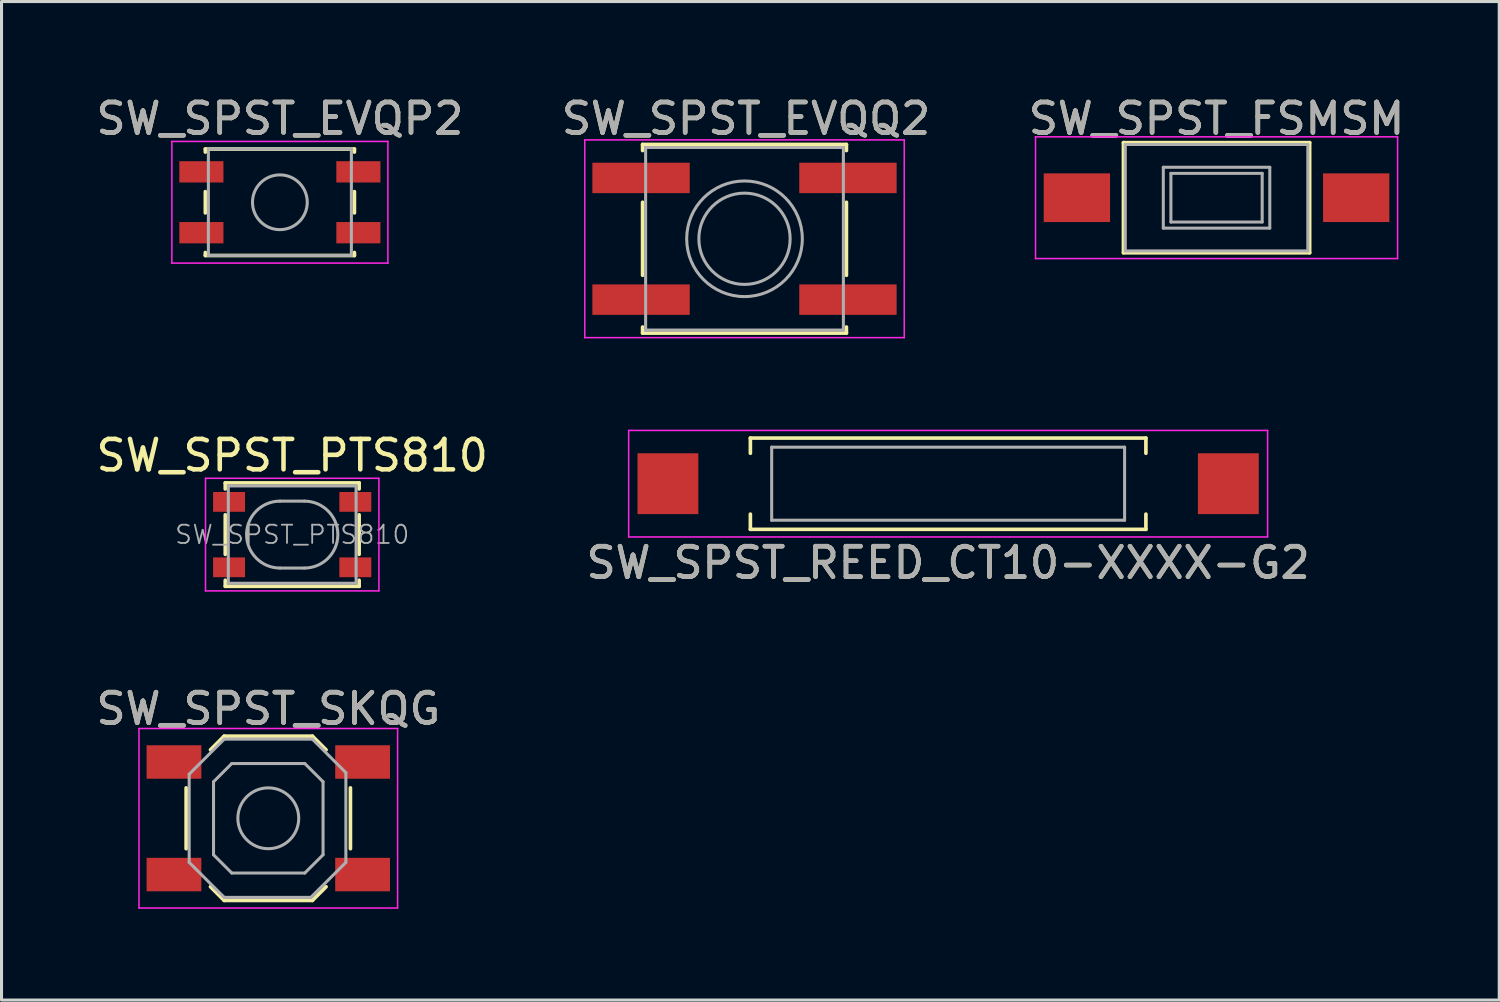
<source format=kicad_pcb>
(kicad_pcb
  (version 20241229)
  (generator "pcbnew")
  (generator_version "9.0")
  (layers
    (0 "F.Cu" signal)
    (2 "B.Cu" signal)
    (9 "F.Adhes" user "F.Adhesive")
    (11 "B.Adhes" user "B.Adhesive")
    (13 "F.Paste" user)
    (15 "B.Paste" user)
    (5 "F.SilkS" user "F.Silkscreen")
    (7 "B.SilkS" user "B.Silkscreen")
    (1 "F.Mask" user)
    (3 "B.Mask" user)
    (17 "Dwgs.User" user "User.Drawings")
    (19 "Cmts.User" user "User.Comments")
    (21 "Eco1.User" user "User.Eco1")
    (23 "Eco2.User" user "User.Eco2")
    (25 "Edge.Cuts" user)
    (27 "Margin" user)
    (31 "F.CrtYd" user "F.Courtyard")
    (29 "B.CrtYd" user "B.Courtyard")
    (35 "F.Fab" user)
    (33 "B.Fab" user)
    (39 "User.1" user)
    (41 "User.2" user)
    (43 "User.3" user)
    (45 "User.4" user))
  (footprint "SW_SPST_EVQQ2"
    (layer "F.Cu")
    (at 21.42 4.798)
    (property "Reference" "SW_SPST_EVQQ2" (at 0.05 -3.95 0) (layer "F.SilkS") (effects (font (size 1 1) (thickness 0.15))))
    (attr smd)
    (fp_line (start -3.35 -3.1) (end -3.35 -2.9) (stroke (width 0.12) (type solid)) (layer "F.SilkS"))
    (fp_line (start -3.35 -1.2) (end -3.35 1.2) (stroke (width 0.12) (type solid)) (layer "F.SilkS"))
    (fp_line (start -3.35 3.1) (end -3.35 2.9) (stroke (width 0.12) (type solid)) (layer "F.SilkS"))
    (fp_line (start -3.35 3.1) (end 3.35 3.1) (stroke (width 0.12) (type solid)) (layer "F.SilkS"))
    (fp_line (start 3.35 -3.1) (end -3.35 -3.1) (stroke (width 0.12) (type solid)) (layer "F.SilkS"))
    (fp_line (start 3.35 -3.1) (end 3.35 -2.9) (stroke (width 0.12) (type solid)) (layer "F.SilkS"))
    (fp_line (start 3.35 -1.2) (end 3.35 1.2) (stroke (width 0.12) (type solid)) (layer "F.SilkS"))
    (fp_line (start 3.35 3.1) (end 3.35 2.9) (stroke (width 0.12) (type solid)) (layer "F.SilkS"))
    (fp_line (start -5.25 -3.25) (end 5.25 -3.25) (stroke (width 0.05) (type solid)) (layer "F.CrtYd"))
    (fp_line (start -5.25 3.25) (end -5.25 -3.25) (stroke (width 0.05) (type solid)) (layer "F.CrtYd"))
    (fp_line (start 5.25 -3.25) (end 5.25 3.25) (stroke (width 0.05) (type solid)) (layer "F.CrtYd"))
    (fp_line (start 5.25 3.25) (end -5.25 3.25) (stroke (width 0.05) (type solid)) (layer "F.CrtYd"))
    (fp_line (start -3.25 -3) (end 3.25 -3) (stroke (width 0.1) (type solid)) (layer "F.Fab"))
    (fp_line (start -3.25 3) (end -3.25 -3) (stroke (width 0.1) (type solid)) (layer "F.Fab"))
    (fp_line (start 3.25 -3) (end 3.25 3) (stroke (width 0.1) (type solid)) (layer "F.Fab"))
    (fp_line (start 3.25 3) (end -3.25 3) (stroke (width 0.1) (type solid)) (layer "F.Fab"))
    (fp_circle (center 0 0) (end 1.5 0) (stroke (width 0.1) (type solid)) (fill no) (layer "F.Fab"))
    (fp_circle (center 0 0) (end 1.9 0) (stroke (width 0.1) (type solid)) (fill no) (layer "F.Fab"))
    (fp_text user "${REFERENCE}" (at 0.05 -3.95 0) (layer "F.Fab") (effects (font (size 1 1) (thickness 0.15))))
    (pad "1" smd rect (at -3.4 -2) (size 3.2 1) (layers "F.Cu" "F.Mask" "F.Paste"))
    (pad "1" smd rect (at 3.4 -2) (size 3.2 1) (layers "F.Cu" "F.Mask" "F.Paste"))
    (pad "2" smd rect (at -3.4 2) (size 3.2 1) (layers "F.Cu" "F.Mask" "F.Paste"))
    (pad "2" smd rect (at 3.4 2) (size 3.2 1) (layers "F.Cu" "F.Mask" "F.Paste")))
  (footprint "SW_SPST_PTS810"
    (layer "F.Cu")
    (at 6.554 14.521)
    (property "Reference" "SW_SPST_PTS810" (at 0 -2.6 0) (layer "F.SilkS") (effects (font (size 1 1) (thickness 0.15))))
    (attr smd)
    (fp_line (start -2.2 -1.7) (end -2.2 -1.5) (stroke (width 0.12) (type solid)) (layer "F.SilkS"))
    (fp_line (start -2.2 -0.65) (end -2.2 0.65) (stroke (width 0.12) (type solid)) (layer "F.SilkS"))
    (fp_line (start -2.2 1.5) (end -2.2 1.7) (stroke (width 0.12) (type solid)) (layer "F.SilkS"))
    (fp_line (start -2.2 1.7) (end 2.2 1.7) (stroke (width 0.12) (type solid)) (layer "F.SilkS"))
    (fp_line (start 2.2 -1.7) (end -2.2 -1.7) (stroke (width 0.12) (type solid)) (layer "F.SilkS"))
    (fp_line (start 2.2 -1.5) (end 2.2 -1.7) (stroke (width 0.12) (type solid)) (layer "F.SilkS"))
    (fp_line (start 2.2 0.65) (end 2.2 -0.65) (stroke (width 0.12) (type solid)) (layer "F.SilkS"))
    (fp_line (start 2.2 1.7) (end 2.2 1.5) (stroke (width 0.12) (type solid)) (layer "F.SilkS"))
    (fp_line (start -2.85 -1.85) (end 2.85 -1.85) (stroke (width 0.05) (type solid)) (layer "F.CrtYd"))
    (fp_line (start -2.85 1.85) (end -2.85 -1.85) (stroke (width 0.05) (type solid)) (layer "F.CrtYd"))
    (fp_line (start 2.85 -1.85) (end 2.85 1.85) (stroke (width 0.05) (type solid)) (layer "F.CrtYd"))
    (fp_line (start 2.85 1.85) (end -2.85 1.85) (stroke (width 0.05) (type solid)) (layer "F.CrtYd"))
    (fp_line (start -2.1 -1.6) (end -2.1 1.6) (stroke (width 0.1) (type solid)) (layer "F.Fab"))
    (fp_line (start -2.1 1.6) (end 2.1 1.6) (stroke (width 0.1) (type solid)) (layer "F.Fab"))
    (fp_line (start -0.4 -1.1) (end 0.4 -1.1) (stroke (width 0.1) (type solid)) (layer "F.Fab"))
    (fp_line (start 0.4 1.1) (end -0.4 1.1) (stroke (width 0.1) (type solid)) (layer "F.Fab"))
    (fp_line (start 2.1 -1.6) (end -2.1 -1.6) (stroke (width 0.1) (type solid)) (layer "F.Fab"))
    (fp_line (start 2.1 1.6) (end 2.1 -1.6) (stroke (width 0.1) (type solid)) (layer "F.Fab"))
    (fp_arc (start -0.4 1.1) (mid -1.5 0) (end -0.4 -1.1) (stroke (width 0.1) (type solid)) (layer "F.Fab"))
    (fp_arc (start 0.4 -1.1) (mid 1.5 0) (end 0.4 1.1) (stroke (width 0.1) (type solid)) (layer "F.Fab"))
    (fp_text user "${REFERENCE}" (at 0 0 0) (layer "F.Fab") (effects (font (size 0.6 0.6) (thickness 0.06))))
    (pad "1" smd rect (at -2.075 -1.075) (size 1.05 0.65) (layers "F.Cu" "F.Mask" "F.Paste"))
    (pad "1" smd rect (at 2.075 -1.075) (size 1.05 0.65) (layers "F.Cu" "F.Mask" "F.Paste"))
    (pad "2" smd rect (at -2.075 1.075) (size 1.05 0.65) (layers "F.Cu" "F.Mask" "F.Paste"))
    (pad "2" smd rect (at 2.075 1.075) (size 1.05 0.65) (layers "F.Cu" "F.Mask" "F.Paste")))
  (footprint "SW_SPST_SKQG"
    (layer "F.Cu")
    (at 5.768 23.845)
    (property "Reference" "SW_SPST_SKQG" (at 0 -3.6 0) (layer "F.SilkS") (effects (font (size 1 1) (thickness 0.15))))
    (attr smd)
    (fp_line (start -2.7 1) (end -2.7 -1) (stroke (width 0.12) (type solid)) (layer "F.SilkS"))
    (fp_line (start -1.9 -2.25) (end -1.45 -2.7) (stroke (width 0.12) (type solid)) (layer "F.SilkS"))
    (fp_line (start -1.45 -2.7) (end 1.45 -2.7) (stroke (width 0.12) (type solid)) (layer "F.SilkS"))
    (fp_line (start -1.45 2.7) (end -1.9 2.25) (stroke (width 0.12) (type solid)) (layer "F.SilkS"))
    (fp_line (start 1.45 -2.7) (end 1.9 -2.25) (stroke (width 0.12) (type solid)) (layer "F.SilkS"))
    (fp_line (start 1.45 2.7) (end -1.45 2.7) (stroke (width 0.12) (type solid)) (layer "F.SilkS"))
    (fp_line (start 1.9 2.25) (end 1.45 2.7) (stroke (width 0.12) (type solid)) (layer "F.SilkS"))
    (fp_line (start 2.7 -1) (end 2.7 1) (stroke (width 0.12) (type solid)) (layer "F.SilkS"))
    (fp_line (start -4.25 -2.95) (end -4.25 2.95) (stroke (width 0.05) (type solid)) (layer "F.CrtYd"))
    (fp_line (start -4.25 2.95) (end 4.25 2.95) (stroke (width 0.05) (type solid)) (layer "F.CrtYd"))
    (fp_line (start 4.25 -2.95) (end -4.25 -2.95) (stroke (width 0.05) (type solid)) (layer "F.CrtYd"))
    (fp_line (start 4.25 2.95) (end 4.25 -2.95) (stroke (width 0.05) (type solid)) (layer "F.CrtYd"))
    (fp_line (start -2.6 -1.45) (end -1.45 -2.6) (stroke (width 0.1) (type solid)) (layer "F.Fab"))
    (fp_line (start -2.6 1.45) (end -2.6 -1.45) (stroke (width 0.1) (type solid)) (layer "F.Fab"))
    (fp_line (start -1.8 -1.2) (end -1.2 -1.8) (stroke (width 0.1) (type solid)) (layer "F.Fab"))
    (fp_line (start -1.8 1.2) (end -1.8 -1.2) (stroke (width 0.1) (type solid)) (layer "F.Fab"))
    (fp_line (start -1.45 -2.6) (end 1.45 -2.6) (stroke (width 0.1) (type solid)) (layer "F.Fab"))
    (fp_line (start -1.45 2.6) (end -2.6 1.45) (stroke (width 0.1) (type solid)) (layer "F.Fab"))
    (fp_line (start -1.2 -1.8) (end 1.2 -1.8) (stroke (width 0.1) (type solid)) (layer "F.Fab"))
    (fp_line (start -1.2 1.8) (end -1.8 1.2) (stroke (width 0.1) (type solid)) (layer "F.Fab"))
    (fp_line (start 1.2 -1.8) (end 1.8 -1.2) (stroke (width 0.1) (type solid)) (layer "F.Fab"))
    (fp_line (start 1.2 1.8) (end -1.2 1.8) (stroke (width 0.1) (type solid)) (layer "F.Fab"))
    (fp_line (start 1.4 2.6) (end -1.45 2.6) (stroke (width 0.1) (type solid)) (layer "F.Fab"))
    (fp_line (start 1.45 -2.6) (end 2.55 -1.5) (stroke (width 0.1) (type solid)) (layer "F.Fab"))
    (fp_line (start 1.8 -1.2) (end 1.8 1.2) (stroke (width 0.1) (type solid)) (layer "F.Fab"))
    (fp_line (start 1.8 1.2) (end 1.2 1.8) (stroke (width 0.1) (type solid)) (layer "F.Fab"))
    (fp_line (start 2.55 -1.5) (end 2.55 1.45) (stroke (width 0.1) (type solid)) (layer "F.Fab"))
    (fp_line (start 2.55 1.45) (end 1.4 2.6) (stroke (width 0.1) (type solid)) (layer "F.Fab"))
    (fp_circle (center 0 0) (end 1 0) (stroke (width 0.1) (type solid)) (fill no) (layer "F.Fab"))
    (fp_text user "${REFERENCE}" (at 0 -3.6 0) (layer "F.Fab") (effects (font (size 1 1) (thickness 0.15))))
    (pad "1" smd rect (at -3.1 -1.85) (size 1.8 1.1) (layers "F.Cu" "F.Mask" "F.Paste"))
    (pad "1" smd rect (at 3.1 -1.85) (size 1.8 1.1) (layers "F.Cu" "F.Mask" "F.Paste"))
    (pad "2" smd rect (at -3.1 1.85) (size 1.8 1.1) (layers "F.Cu" "F.Mask" "F.Paste"))
    (pad "2" smd rect (at 3.1 1.85) (size 1.8 1.1) (layers "F.Cu" "F.Mask" "F.Paste")))
  (footprint "SW_SPST_FSMSM"
    (layer "F.Cu")
    (at 36.935 3.448)
    (property "Reference" "SW_SPST_FSMSM" (at 0 -2.6 0) (layer "F.SilkS") (effects (font (size 1 1) (thickness 0.15))))
    (attr smd)
    (fp_line (start -3.06 -1.81) (end 3.06 -1.81) (stroke (width 0.12) (type solid)) (layer "F.SilkS"))
    (fp_line (start -3.06 1.81) (end -3.06 -1.81) (stroke (width 0.12) (type solid)) (layer "F.SilkS"))
    (fp_line (start 3.06 -1.81) (end 3.06 1.81) (stroke (width 0.12) (type solid)) (layer "F.SilkS"))
    (fp_line (start 3.06 1.81) (end -3.06 1.81) (stroke (width 0.12) (type solid)) (layer "F.SilkS"))
    (fp_line (start -5.95 -2) (end -5.95 2) (stroke (width 0.05) (type solid)) (layer "F.CrtYd"))
    (fp_line (start -5.95 -2) (end 5.95 -2) (stroke (width 0.05) (type solid)) (layer "F.CrtYd"))
    (fp_line (start -5.95 2) (end 5.95 2) (stroke (width 0.05) (type solid)) (layer "F.CrtYd"))
    (fp_line (start 5.95 -2) (end 5.95 2) (stroke (width 0.05) (type solid)) (layer "F.CrtYd"))
    (fp_line (start -3 -1.75) (end -3 1.75) (stroke (width 0.1) (type solid)) (layer "F.Fab"))
    (fp_line (start -3 -1.75) (end 3 -1.75) (stroke (width 0.1) (type solid)) (layer "F.Fab"))
    (fp_line (start -3 1.75) (end 3 1.75) (stroke (width 0.1) (type solid)) (layer "F.Fab"))
    (fp_line (start -1.75 -1) (end 1.75 -1) (stroke (width 0.1) (type solid)) (layer "F.Fab"))
    (fp_line (start -1.75 1) (end -1.75 -1) (stroke (width 0.1) (type solid)) (layer "F.Fab"))
    (fp_line (start -1.5 -0.8) (end -1.5 0.8) (stroke (width 0.1) (type solid)) (layer "F.Fab"))
    (fp_line (start -1.5 -0.8) (end 1.5 -0.8) (stroke (width 0.1) (type solid)) (layer "F.Fab"))
    (fp_line (start -1.5 0.8) (end 1.5 0.8) (stroke (width 0.1) (type solid)) (layer "F.Fab"))
    (fp_line (start 1.5 -0.8) (end 1.5 0.8) (stroke (width 0.1) (type solid)) (layer "F.Fab"))
    (fp_line (start 1.75 -1) (end 1.75 1) (stroke (width 0.1) (type solid)) (layer "F.Fab"))
    (fp_line (start 1.75 1) (end -1.75 1) (stroke (width 0.1) (type solid)) (layer "F.Fab"))
    (fp_line (start 3 -1.75) (end 3 1.75) (stroke (width 0.1) (type solid)) (layer "F.Fab"))
    (fp_text user "${REFERENCE}" (at 0 -2.6 0) (layer "F.Fab") (effects (font (size 1 1) (thickness 0.15))))
    (pad "1" smd rect (at -4.59 0) (size 2.18 1.6) (layers "F.Cu" "F.Mask" "F.Paste"))
    (pad "2" smd rect (at 4.59 0) (size 2.18 1.6) (layers "F.Cu" "F.Mask" "F.Paste")))
  (footprint "SW_SPST_REED_CT10-XXXX-G2"
    (layer "F.Cu")
    (at 28.113 12.848)
    (property "Reference" "SW_SPST_REED_CT10-XXXX-G2" (at 0 2.6 0) (layer "F.SilkS") (effects (font (size 1 1) (thickness 0.15))))
    (attr smd)
    (fp_line (start -6.5 -1.5) (end -6.5 -1) (stroke (width 0.12) (type solid)) (layer "F.SilkS"))
    (fp_line (start -6.5 1) (end -6.5 1.5) (stroke (width 0.12) (type solid)) (layer "F.SilkS"))
    (fp_line (start -6.5 1.5) (end 6.5 1.5) (stroke (width 0.12) (type solid)) (layer "F.SilkS"))
    (fp_line (start 6.5 -1.5) (end -6.5 -1.5) (stroke (width 0.12) (type solid)) (layer "F.SilkS"))
    (fp_line (start 6.5 -1) (end 6.5 -1.5) (stroke (width 0.12) (type solid)) (layer "F.SilkS"))
    (fp_line (start 6.5 1.5) (end 6.5 1) (stroke (width 0.12) (type solid)) (layer "F.SilkS"))
    (fp_line (start -10.5 -1.75) (end -10.5 1.75) (stroke (width 0.05) (type solid)) (layer "F.CrtYd"))
    (fp_line (start -10.5 1.75) (end 10.5 1.75) (stroke (width 0.05) (type solid)) (layer "F.CrtYd"))
    (fp_line (start 10.5 -1.75) (end -10.5 -1.75) (stroke (width 0.05) (type solid)) (layer "F.CrtYd"))
    (fp_line (start 10.5 1.75) (end 10.5 -1.75) (stroke (width 0.05) (type solid)) (layer "F.CrtYd"))
    (fp_line (start -5.8 -1.2) (end -5.8 1.2) (stroke (width 0.1) (type solid)) (layer "F.Fab"))
    (fp_line (start -5.8 1.2) (end 5.8 1.2) (stroke (width 0.1) (type solid)) (layer "F.Fab"))
    (fp_line (start 5.8 -1.2) (end -5.8 -1.2) (stroke (width 0.1) (type solid)) (layer "F.Fab"))
    (fp_line (start 5.8 1.2) (end 5.8 -1.2) (stroke (width 0.1) (type solid)) (layer "F.Fab"))
    (fp_text user "${REFERENCE}" (at 0 2.6 0) (layer "F.Fab") (effects (font (size 1 1) (thickness 0.15))))
    (pad "1" smd rect (at -9.21 0) (size 2 2) (layers "F.Cu" "F.Mask" "F.Paste"))
    (pad "2" smd rect (at 9.21 0) (size 2 2) (layers "F.Cu" "F.Mask" "F.Paste")))
  (footprint "SW_SPST_EVQP2"
    (layer "F.Cu")
    (at 6.149 3.598)
    (property "Reference" "SW_SPST_EVQP2" (at 0 -2.75 0) (layer "F.SilkS") (effects (font (size 1 1) (thickness 0.15))))
    (attr smd)
    (fp_line (start -2.45 -1.75) (end -2.45 -1.65) (stroke (width 0.12) (type solid)) (layer "F.SilkS"))
    (fp_line (start -2.45 -0.35) (end -2.45 0.35) (stroke (width 0.12) (type solid)) (layer "F.SilkS"))
    (fp_line (start -2.45 1.65) (end -2.45 1.75) (stroke (width 0.12) (type solid)) (layer "F.SilkS"))
    (fp_line (start -2.45 1.75) (end 2.45 1.75) (stroke (width 0.12) (type solid)) (layer "F.SilkS"))
    (fp_line (start 2.45 -1.75) (end -2.45 -1.75) (stroke (width 0.12) (type solid)) (layer "F.SilkS"))
    (fp_line (start 2.45 -1.75) (end 2.45 -1.65) (stroke (width 0.12) (type solid)) (layer "F.SilkS"))
    (fp_line (start 2.45 -0.35) (end 2.45 0.35) (stroke (width 0.12) (type solid)) (layer "F.SilkS"))
    (fp_line (start 2.45 1.75) (end 2.45 1.65) (stroke (width 0.12) (type solid)) (layer "F.SilkS"))
    (fp_line (start -3.55 -2) (end 3.55 -2) (stroke (width 0.05) (type solid)) (layer "F.CrtYd"))
    (fp_line (start -3.55 2) (end -3.55 -2) (stroke (width 0.05) (type solid)) (layer "F.CrtYd"))
    (fp_line (start 3.55 -2) (end 3.55 2) (stroke (width 0.05) (type solid)) (layer "F.CrtYd"))
    (fp_line (start 3.55 2) (end -3.55 2) (stroke (width 0.05) (type solid)) (layer "F.CrtYd"))
    (fp_line (start -2.35 -1.75) (end 2.35 -1.75) (stroke (width 0.1) (type solid)) (layer "F.Fab"))
    (fp_line (start -2.35 1.75) (end -2.35 -1.75) (stroke (width 0.1) (type solid)) (layer "F.Fab"))
    (fp_line (start 2.35 -1.75) (end 2.35 1.75) (stroke (width 0.1) (type solid)) (layer "F.Fab"))
    (fp_line (start 2.35 1.75) (end -2.35 1.75) (stroke (width 0.1) (type solid)) (layer "F.Fab"))
    (fp_circle (center 0 0) (end 0.9 0) (stroke (width 0.1) (type solid)) (fill no) (layer "F.Fab"))
    (fp_text user "${REFERENCE}" (at 0 -2.75 0) (layer "F.Fab") (effects (font (size 1 1) (thickness 0.15))))
    (pad "1" smd rect (at -2.58 -1) (size 1.45 0.7) (layers "F.Cu" "F.Mask" "F.Paste"))
    (pad "1" smd rect (at 2.58 -1) (size 1.45 0.7) (layers "F.Cu" "F.Mask" "F.Paste"))
    (pad "2" smd rect (at -2.58 1) (size 1.45 0.7) (layers "F.Cu" "F.Mask" "F.Paste"))
    (pad "2" smd rect (at 2.58 1) (size 1.45 0.7) (layers "F.Cu" "F.Mask" "F.Paste")))
  (gr_rect
    (start -3 -3)
    (end 46.226 29.82)
    (stroke (width 0.1) (type default))
    (fill no)
    (layer "Edge.Cuts")))
</source>
